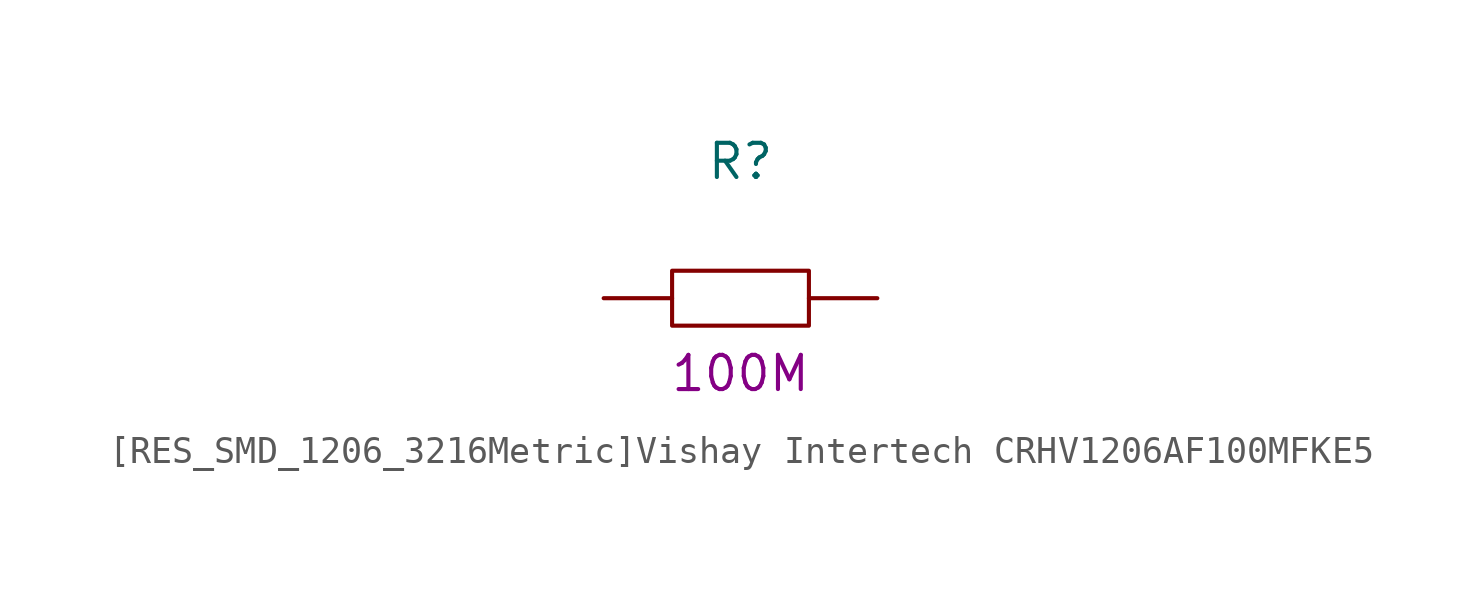
<source format=kicad_sym>
(kicad_symbol_lib
  (version 20231120)
  (generator "kicad_symbol_editor")
  (generator_version "8.0")
  (symbol "[RES_SMD_1206_3216Metric]Vishay Intertech CRHV1206AF100MFKE5"
    (pin_numbers hide)
    (property "Reference" "R"
      (at 0 5.08 0)
      (effects (font (size 1.27 1.27))))
    (property "Nvalue" "100M"
      (at 0 -2.794 0)
      (effects (font (size 1.27 1.27))))
    (symbol "[RES_SMD_1206_3216Metric]Vishay Intertech CRHV1206AF100MFKE5_1_1"
      (rectangle (start -2.54 1.02) (end 2.54 -1.02) (stroke (width 0) (type default)) (fill (type none)))
      (pin passive line (at -5.08 0 0) (length 2.54) (name "~" (effects (font (size 1.27 1.27)))) (number "1" (effects (font (size 1.27 1.27)))))
      (pin passive line (at 5.08 0 180) (length 2.54) (name "~" (effects (font (size 1.27 1.27)))) (number "2" (effects (font (size 1.27 1.27))))))))
</source>
